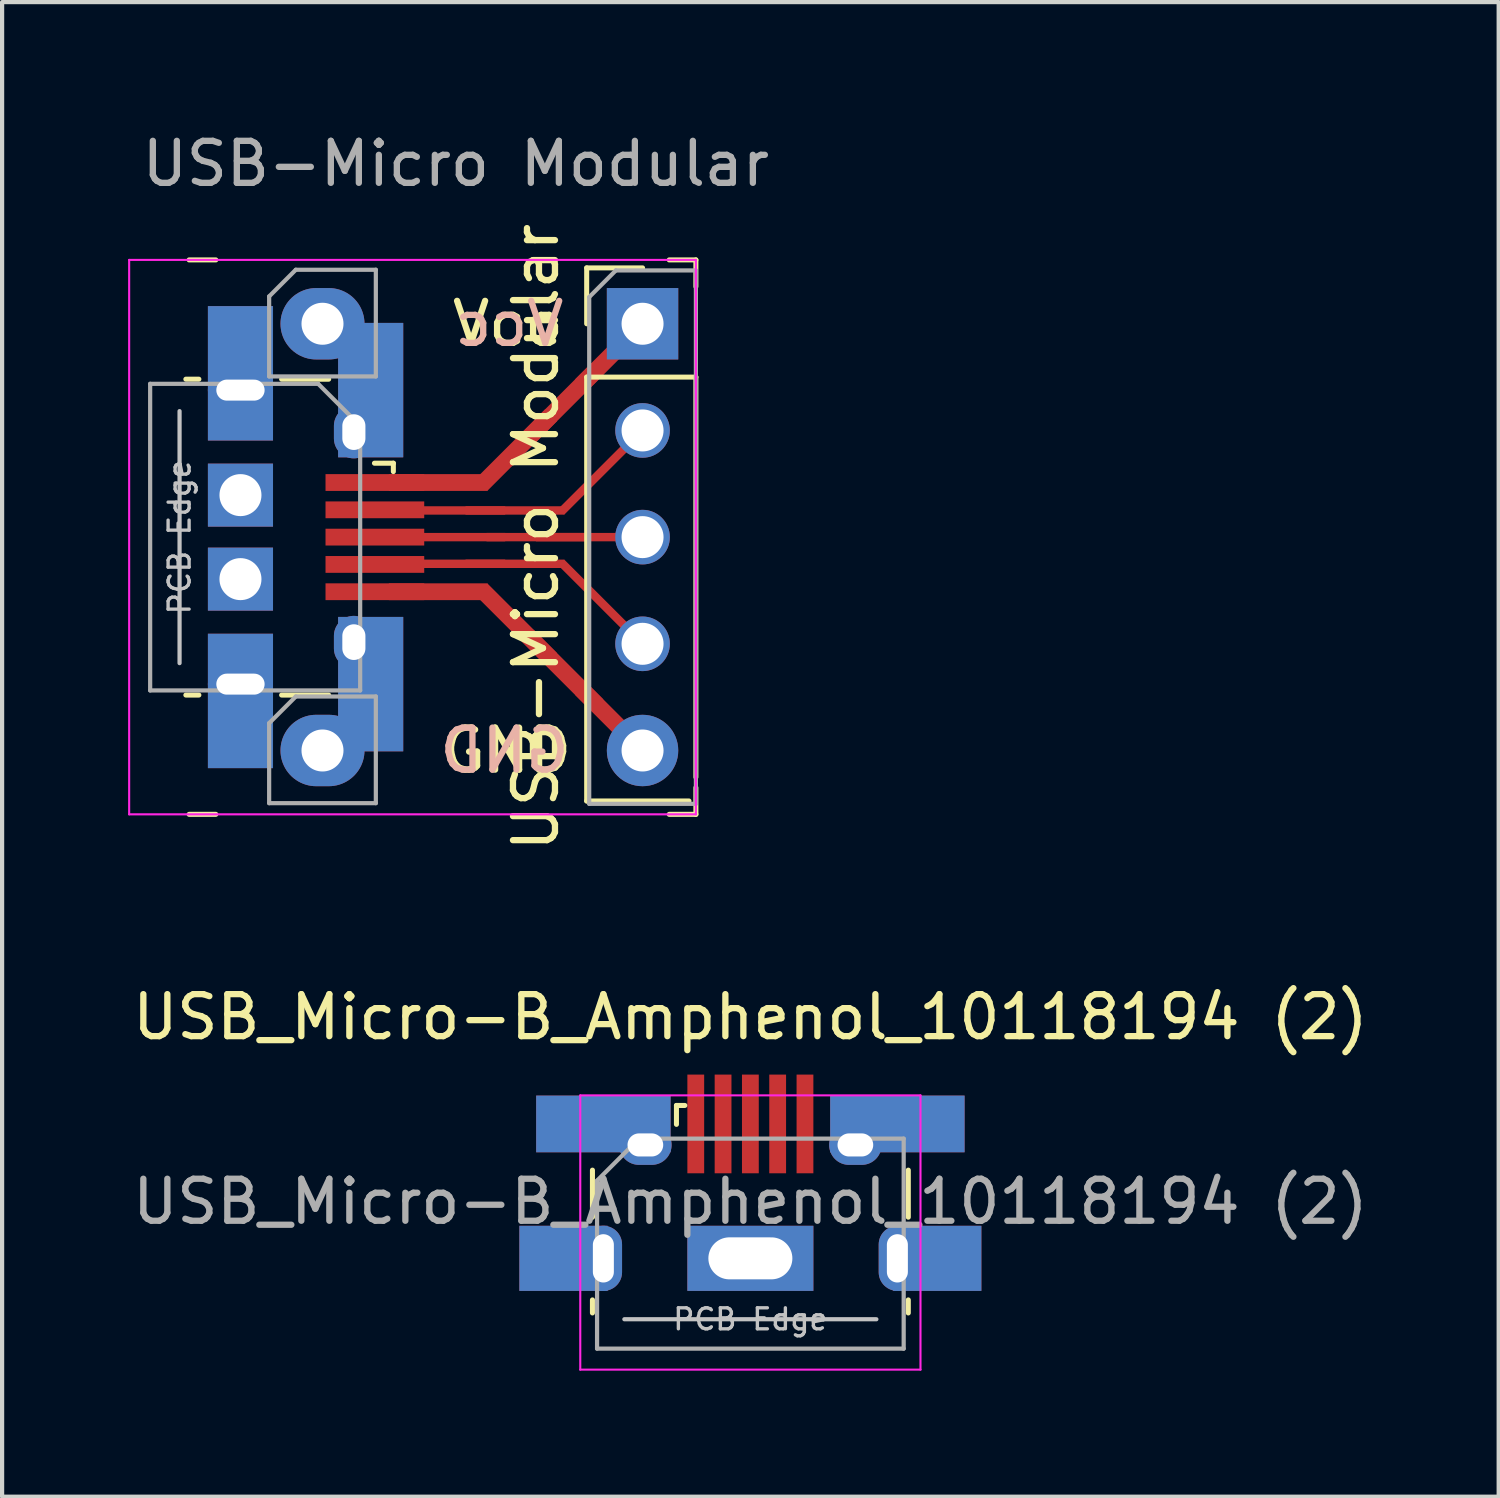
<source format=kicad_pcb>
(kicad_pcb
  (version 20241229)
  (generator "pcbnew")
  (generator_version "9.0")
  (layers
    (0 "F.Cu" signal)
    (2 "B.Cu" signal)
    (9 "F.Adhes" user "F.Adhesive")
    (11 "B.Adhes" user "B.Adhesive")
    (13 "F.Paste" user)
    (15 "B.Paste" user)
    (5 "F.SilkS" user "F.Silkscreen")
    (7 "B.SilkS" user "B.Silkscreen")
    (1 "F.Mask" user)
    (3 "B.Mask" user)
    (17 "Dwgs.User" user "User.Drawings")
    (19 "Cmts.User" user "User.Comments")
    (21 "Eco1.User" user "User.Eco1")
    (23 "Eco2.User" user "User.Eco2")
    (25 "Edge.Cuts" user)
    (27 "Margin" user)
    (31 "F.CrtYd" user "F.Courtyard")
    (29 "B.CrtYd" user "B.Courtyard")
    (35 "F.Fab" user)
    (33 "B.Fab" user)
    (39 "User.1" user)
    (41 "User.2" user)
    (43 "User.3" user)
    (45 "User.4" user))
  (footprint "USB-Micro Modular"
    (layer "F.Cu")
    (at 7.803 9.738)
    (property "Reference" "USB-Micro Modular" (at 1.905 0 90) (unlocked yes) (layer "F.SilkS") (effects (font (size 1 1) (thickness 0.15))))
    (attr through_hole)
    (fp_line (start -6.428 -3.76) (end -6.118 -3.76) (stroke (width 0.12) (type solid)) (layer "F.SilkS"))
    (fp_line (start -6.35 -6.6) (end -5.715 -6.6) (stroke (width 0.12) (type solid)) (layer "F.SilkS"))
    (fp_line (start -6.118 3.76) (end -6.428 3.76) (stroke (width 0.12) (type solid)) (layer "F.SilkS"))
    (fp_line (start -5.715 6.6) (end -6.35 6.6) (stroke (width 0.12) (type solid)) (layer "F.SilkS"))
    (fp_line (start -4.148 -3.76) (end -3.028 -3.76) (stroke (width 0.12) (type solid)) (layer "F.SilkS"))
    (fp_line (start -4.148 3.76) (end -3.028 3.76) (stroke (width 0.12) (type solid)) (layer "F.SilkS"))
    (fp_line (start -1.938 -1.76) (end -1.488 -1.76) (stroke (width 0.12) (type solid)) (layer "F.SilkS"))
    (fp_line (start -1.488 -1.56) (end -1.488 -1.76) (stroke (width 0.12) (type solid)) (layer "F.SilkS"))
    (fp_line (start 3.115 -6.41) (end 4.445 -6.41) (stroke (width 0.12) (type solid)) (layer "F.SilkS"))
    (fp_line (start 3.115 -5.08) (end 3.115 -6.41) (stroke (width 0.12) (type solid)) (layer "F.SilkS"))
    (fp_line (start 3.115 -3.81) (end 3.115 6.282) (stroke (width 0.12) (type solid)) (layer "F.SilkS"))
    (fp_line (start 5.08 -6.6) (end 5.715 -6.6) (stroke (width 0.12) (type solid)) (layer "F.SilkS"))
    (fp_line (start 5.55 6.282) (end 3.115 6.282) (stroke (width 0.12) (type solid)) (layer "F.SilkS"))
    (fp_line (start 5.715 -6.6) (end 5.715 -5.965) (stroke (width 0.12) (type solid)) (layer "F.SilkS"))
    (fp_line (start 5.715 -3.81) (end 3.115 -3.81) (stroke (width 0.12) (type solid)) (layer "F.SilkS"))
    (fp_line (start 5.715 5.715) (end 5.715 -3.81) (stroke (width 0.12) (type solid)) (layer "F.SilkS"))
    (fp_line (start 5.715 5.965) (end 5.715 6.6) (stroke (width 0.12) (type solid)) (layer "F.SilkS"))
    (fp_line (start 5.715 6.6) (end 5.08 6.6) (stroke (width 0.12) (type solid)) (layer "F.SilkS"))
    (fp_line (start -6.578 3) (end -6.578 -3) (stroke (width 0.1) (type solid)) (layer "Dwgs.User"))
    (fp_line (start -7.778 -6.6) (end -7.778 6.6) (stroke (width 0.05) (type solid)) (layer "F.CrtYd"))
    (fp_line (start -7.778 6.6) (end 5.715 6.6) (stroke (width 0.05) (type solid)) (layer "F.CrtYd"))
    (fp_line (start 5.715 -6.6) (end -7.778 -6.6) (stroke (width 0.05) (type solid)) (layer "F.CrtYd"))
    (fp_line (start 5.715 6.6) (end 5.715 -6.6) (stroke (width 0.05) (type solid)) (layer "F.CrtYd"))
    (fp_line (start -7.278 -3.65) (end -3.278 -3.65) (stroke (width 0.1) (type solid)) (layer "F.Fab"))
    (fp_line (start -7.278 3.65) (end -7.278 -3.65) (stroke (width 0.1) (type solid)) (layer "F.Fab"))
    (fp_line (start -4.445 -5.731) (end -3.81 -6.366) (stroke (width 0.1) (type solid)) (layer "F.Fab"))
    (fp_line (start -4.445 -3.826) (end -4.445 -5.731) (stroke (width 0.1) (type solid)) (layer "F.Fab"))
    (fp_line (start -4.445 4.429) (end -3.81 3.794) (stroke (width 0.1) (type solid)) (layer "F.Fab"))
    (fp_line (start -4.445 6.334) (end -4.445 4.429) (stroke (width 0.1) (type solid)) (layer "F.Fab"))
    (fp_line (start -3.81 -6.366) (end -1.905 -6.366) (stroke (width 0.1) (type solid)) (layer "F.Fab"))
    (fp_line (start -3.81 3.794) (end -1.905 3.794) (stroke (width 0.1) (type solid)) (layer "F.Fab"))
    (fp_line (start -3.278 -3.65) (end -2.278 -2.65) (stroke (width 0.1) (type solid)) (layer "F.Fab"))
    (fp_line (start -2.278 -2.65) (end -2.278 3.65) (stroke (width 0.1) (type solid)) (layer "F.Fab"))
    (fp_line (start -2.278 3.65) (end -7.278 3.65) (stroke (width 0.1) (type solid)) (layer "F.Fab"))
    (fp_line (start -1.905 -6.366) (end -1.905 -3.826) (stroke (width 0.1) (type solid)) (layer "F.Fab"))
    (fp_line (start -1.905 -3.826) (end -4.445 -3.826) (stroke (width 0.1) (type solid)) (layer "F.Fab"))
    (fp_line (start -1.905 3.794) (end -1.905 6.334) (stroke (width 0.1) (type solid)) (layer "F.Fab"))
    (fp_line (start -1.905 6.334) (end -4.445 6.334) (stroke (width 0.1) (type solid)) (layer "F.Fab"))
    (fp_line (start 3.175 -5.715) (end 3.81 -6.35) (stroke (width 0.1) (type solid)) (layer "F.Fab"))
    (fp_line (start 3.175 6.35) (end 3.175 -5.715) (stroke (width 0.1) (type solid)) (layer "F.Fab"))
    (fp_line (start 3.81 -6.35) (end 5.715 -6.35) (stroke (width 0.1) (type solid)) (layer "F.Fab"))
    (fp_line (start 5.715 -6.35) (end 5.715 6.35) (stroke (width 0.1) (type solid)) (layer "F.Fab"))
    (fp_line (start 5.715 6.35) (end 3.175 6.35) (stroke (width 0.1) (type solid)) (layer "F.Fab"))
    (fp_text user "GND" (at 1.22 5.08 0) (layer "F.SilkS") (effects (font (size 1 1) (thickness 0.15))))
    (fp_text user "Vcc" (at 1.22 -5.08 0) (layer "F.SilkS") (effects (font (size 1 1) (thickness 0.15))))
    (fp_text user "Vcc" (at 1.27 -5.08 0) (layer "B.SilkS") (effects (font (size 1 1) (thickness 0.15)) (justify mirror)))
    (fp_text user "GND" (at 1.157 5.08 0) (layer "B.SilkS") (effects (font (size 1 1) (thickness 0.15)) (justify mirror)))
    (fp_text user "PCB Edge" (at -6.578 0 270) (layer "Dwgs.User") (effects (font (size 0.5 0.5) (thickness 0.08))))
    (fp_text user "${REFERENCE}" (at 0 -8.89 0) (unlocked yes) (layer "F.Fab") (effects (font (size 1 1) (thickness 0.15))))
    (pad "" smd oval (at -5.128 -3.5 270) (size 0.89 1.55) (layers "F.Paste"))
    (pad "" smd oval (at -5.128 3.5 270) (size 0.89 1.55) (layers "F.Paste"))
    (pad "" smd oval (at -2.428 -2.5 270) (size 1.25 0.95) (layers "F.Paste"))
    (pad "" smd oval (at -2.428 2.5 270) (size 1.25 0.95) (layers "F.Paste"))
    (pad "1" smd rect (at -1.928 -1.3 270) (size 0.4 2.35) (layers "F.Cu" "F.Mask" "F.Paste"))
    (pad "1" smd rect (at -0.42 -1.3 270) (size 0.4 2.35) (layers "F.Cu"))
    (pad "1" smd rect (at 1.44 -2.075 315) (size 0.4 2.35) (layers "F.Cu"))
    (pad "1" smd rect (at 2.54 -3.175 315) (size 0.4 2.35) (layers "F.Cu"))
    (pad "1" smd rect (at 3.81 -4.445 315) (size 0.4 2.35) (layers "F.Cu"))
    (pad "1" thru_hole rect (at 4.445 -5.08) (size 1.7 1.7) (drill 1) (layers "*.Cu" "*.Mask"))
    (pad "2" smd rect (at -1.928 -0.65 270) (size 0.4 2.35) (layers "F.Cu" "F.Mask" "F.Paste"))
    (pad "2" smd rect (at 0 -0.635 270) (size 0.2 2.35) (layers "F.Cu"))
    (pad "2" smd rect (at 1.405 -0.635 270) (size 0.2 2.35) (layers "F.Cu"))
    (pad "2" smd rect (at 3.34 -1.435 315) (size 0.2 2.35) (layers "F.Cu"))
    (pad "2" thru_hole circle (at 4.445 -2.54) (size 1.3 1.3) (drill 1) (layers "*.Cu" "*.Mask"))
    (pad "3" smd rect (at -1.928 0 270) (size 0.4 2.35) (layers "F.Cu" "F.Mask" "F.Paste"))
    (pad "3" smd rect (at 0 0 270) (size 0.2 2.35) (layers "F.Cu"))
    (pad "3" smd rect (at 1.905 0 270) (size 0.2 2.35) (layers "F.Cu"))
    (pad "3" smd rect (at 3.08 0 270) (size 0.2 2.35) (layers "F.Cu"))
    (pad "3" thru_hole circle (at 4.445 0) (size 1.3 1.3) (drill 1) (layers "*.Cu" "*.Mask"))
    (pad "4" smd rect (at -1.928 0.65 270) (size 0.4 2.35) (layers "F.Cu" "F.Mask" "F.Paste"))
    (pad "4" smd rect (at 0 0.635 270) (size 0.2 2.35) (layers "F.Cu"))
    (pad "4" smd rect (at 1.405 0.635 270) (size 0.2 2.35) (layers "F.Cu"))
    (pad "4" smd rect (at 3.34 1.435 225) (size 0.2 2.35) (layers "F.Cu"))
    (pad "4" thru_hole circle (at 4.445 2.54) (size 1.3 1.3) (drill 1) (layers "*.Cu" "*.Mask"))
    (pad "5" smd rect (at -1.928 1.3 270) (size 0.4 2.35) (layers "F.Cu" "F.Mask" "F.Paste"))
    (pad "5" smd rect (at -0.42 1.3 270) (size 0.4 2.35) (layers "F.Cu"))
    (pad "5" smd rect (at 1.44 2.075 225) (size 0.4 2.35) (layers "F.Cu"))
    (pad "5" smd rect (at 2.54 3.175 225) (size 0.4 2.35) (layers "F.Cu"))
    (pad "5" smd rect (at 3.81 4.445 225) (size 0.4 2.35) (layers "F.Cu"))
    (pad "5" thru_hole oval (at 4.445 5.08) (size 1.7 1.7) (drill 1) (layers "*.Cu" "*.Mask"))
    (pad "6" smd rect (at -5.128 -3.9 270) (size 3.2 1.55) (layers "F.Cu" "F.Mask" "F.Paste"))
    (pad "6" smd rect (at -5.128 -3.9 270) (size 3.2 1.55) (layers "B.Cu" "B.Mask" "B.Paste"))
    (pad "6" thru_hole oval (at -5.128 -3.5 270) (size 0.89 1.55) (drill oval 0.5 1.15) (layers "*.Cu" "*.Mask"))
    (pad "6" thru_hole rect (at -5.128 -1 270) (size 1.5 1.55) (drill 1) (layers "*.Cu" "*.Mask"))
    (pad "6" thru_hole rect (at -5.128 1 270) (size 1.5 1.55) (drill 1) (layers "*.Cu" "*.Mask"))
    (pad "6" thru_hole oval (at -5.128 3.5 270) (size 0.89 1.55) (drill oval 0.5 1.15) (layers "*.Cu" "*.Mask"))
    (pad "6" smd rect (at -5.128 3.9 270) (size 3.2 1.55) (layers "F.Cu" "F.Mask" "F.Paste"))
    (pad "6" smd rect (at -5.128 3.9 270) (size 3.2 1.55) (layers "B.Cu" "B.Mask" "B.Paste"))
    (pad "6" thru_hole oval (at -3.175 -5.08) (size 2 1.7) (drill 1) (layers "*.Cu" "*.Mask"))
    (pad "6" thru_hole oval (at -3.175 5.08) (size 2 1.7) (drill 1) (layers "*.Cu" "*.Mask"))
    (pad "6" thru_hole oval (at -2.428 -2.5 270) (size 1.25 0.95) (drill oval 0.85 0.55) (layers "*.Cu" "*.Mask"))
    (pad "6" thru_hole oval (at -2.428 2.5 270) (size 1.25 0.95) (drill oval 0.85 0.55) (layers "*.Cu" "*.Mask"))
    (pad "6" smd rect (at -2.028 -3.5 270) (size 3.2 1.55) (layers "F.Cu" "F.Mask" "F.Paste"))
    (pad "6" smd rect (at -2.028 -3.5 270) (size 3.2 1.55) (layers "B.Cu" "B.Mask" "B.Paste"))
    (pad "6" smd rect (at -2.028 3.5 270) (size 3.2 1.55) (layers "F.Cu" "F.Mask" "F.Paste"))
    (pad "6" smd rect (at -2.028 3.5 270) (size 3.2 1.55) (layers "B.Cu" "B.Mask" "B.Paste")))
  (footprint "USB_Micro-B_Amphenol_10118194 (2)"
    (layer "F.Cu")
    (at 14.815 25.609)
    (property "Reference" "USB_Micro-B_Amphenol_10118194 (2)" (at 0 -4.445 0) (layer "F.SilkS") (effects (font (size 1 1) (thickness 0.15))))
    (attr smd)
    (fp_line (start -3.76 0.32) (end -3.76 -0.8) (stroke (width 0.12) (type solid)) (layer "F.SilkS"))
    (fp_line (start -3.76 2.6) (end -3.76 2.29) (stroke (width 0.12) (type solid)) (layer "F.SilkS"))
    (fp_line (start -1.76 -1.89) (end -1.76 -2.34) (stroke (width 0.12) (type solid)) (layer "F.SilkS"))
    (fp_line (start -1.56 -2.34) (end -1.76 -2.34) (stroke (width 0.12) (type solid)) (layer "F.SilkS"))
    (fp_line (start 3.76 0.32) (end 3.76 -0.8) (stroke (width 0.12) (type solid)) (layer "F.SilkS"))
    (fp_line (start 3.76 2.29) (end 3.76 2.6) (stroke (width 0.12) (type solid)) (layer "F.SilkS"))
    (fp_line (start 3 2.75) (end -3 2.75) (stroke (width 0.1) (type solid)) (layer "Dwgs.User"))
    (fp_line (start -4.05 -2.58) (end -4.05 3.95) (stroke (width 0.05) (type solid)) (layer "F.CrtYd"))
    (fp_line (start -4.05 -2.58) (end 4.05 -2.58) (stroke (width 0.05) (type solid)) (layer "F.CrtYd"))
    (fp_line (start -4.05 3.95) (end 4.05 3.95) (stroke (width 0.05) (type solid)) (layer "F.CrtYd"))
    (fp_line (start 4.05 -2.58) (end 4.05 3.95) (stroke (width 0.05) (type solid)) (layer "F.CrtYd"))
    (fp_line (start -3.65 -0.55) (end -2.65 -1.55) (stroke (width 0.1) (type solid)) (layer "F.Fab"))
    (fp_line (start -3.65 3.45) (end -3.65 -0.55) (stroke (width 0.1) (type solid)) (layer "F.Fab"))
    (fp_line (start -2.65 -1.55) (end 3.65 -1.55) (stroke (width 0.1) (type solid)) (layer "F.Fab"))
    (fp_line (start 3.65 -1.55) (end 3.65 3.45) (stroke (width 0.1) (type solid)) (layer "F.Fab"))
    (fp_line (start 3.65 3.45) (end -3.65 3.45) (stroke (width 0.1) (type solid)) (layer "F.Fab"))
    (fp_text user "PCB Edge" (at 0 2.75 0) (layer "Dwgs.User") (effects (font (size 0.5 0.5) (thickness 0.08))))
    (fp_text user "${REFERENCE}" (at 0 -0.05 0) (layer "F.Fab") (effects (font (size 1 1) (thickness 0.15))))
    (pad "" smd oval (at -3.5 1.3) (size 0.89 1.55) (layers "F.Paste"))
    (pad "" smd oval (at -2.5 -1.4) (size 1.25 0.95) (layers "F.Paste"))
    (pad "" smd oval (at 2.5 -1.4) (size 1.25 0.95) (layers "F.Paste"))
    (pad "" smd oval (at 3.5 1.3) (size 0.89 1.55) (layers "F.Paste"))
    (pad "1" smd rect (at -1.3 -1.9) (size 0.4 2.35) (layers "F.Cu" "F.Mask" "F.Paste"))
    (pad "2" smd rect (at -0.65 -1.9) (size 0.4 2.35) (layers "F.Cu" "F.Mask" "F.Paste"))
    (pad "3" smd rect (at 0 -1.9) (size 0.4 2.35) (layers "F.Cu" "F.Mask" "F.Paste"))
    (pad "4" smd rect (at 0.65 -1.9) (size 0.4 2.35) (layers "F.Cu" "F.Mask" "F.Paste"))
    (pad "5" smd rect (at 1.3 -1.9) (size 0.4 2.35) (layers "F.Cu" "F.Mask" "F.Paste"))
    (pad "6" smd rect (at -4.45 1.3) (size 2.1 1.55) (layers "F.Cu" "F.Mask" "F.Paste"))
    (pad "6" smd rect (at -4.45 1.3) (size 2.1 1.55) (layers "B.Cu" "B.Mask" "B.Paste"))
    (pad "6" smd rect (at -3.5 -1.9) (size 3.2 1.35) (layers "F.Cu" "F.Mask" "F.Paste"))
    (pad "6" smd rect (at -3.5 -1.9) (size 3.2 1.35) (layers "B.Cu" "B.Mask" "B.Paste"))
    (pad "6" thru_hole oval (at -3.5 1.3) (size 0.89 1.55) (drill oval 0.5 1.15) (layers "*.Cu" "*.Mask"))
    (pad "6" thru_hole oval (at -2.5 -1.4) (size 1.25 0.95) (drill oval 0.85 0.55) (layers "*.Cu" "*.Mask"))
    (pad "6" thru_hole rect (at 0 1.3) (size 3 1.55) (drill oval 2 1) (layers "*.Cu" "*.Mask"))
    (pad "6" thru_hole oval (at 2.5 -1.4) (size 1.25 0.95) (drill oval 0.85 0.55) (layers "*.Cu" "*.Mask"))
    (pad "6" smd rect (at 3.5 -1.9) (size 3.2 1.35) (layers "F.Cu" "F.Mask" "F.Paste"))
    (pad "6" smd rect (at 3.5 -1.9) (size 3.2 1.35) (layers "B.Cu" "B.Mask" "B.Paste"))
    (pad "6" thru_hole oval (at 3.5 1.3) (size 0.89 1.55) (drill oval 0.5 1.15) (layers "*.Cu" "*.Mask"))
    (pad "6" smd rect (at 4.45 1.3) (size 2.1 1.55) (layers "F.Cu" "F.Mask" "F.Paste"))
    (pad "6" smd rect (at 4.45 1.3) (size 2.1 1.55) (layers "B.Cu" "B.Mask" "B.Paste")))
  (gr_rect
    (start -3 -3)
    (end 32.631 32.584)
    (stroke (width 0.1) (type default))
    (fill no)
    (layer "Edge.Cuts")))
</source>
